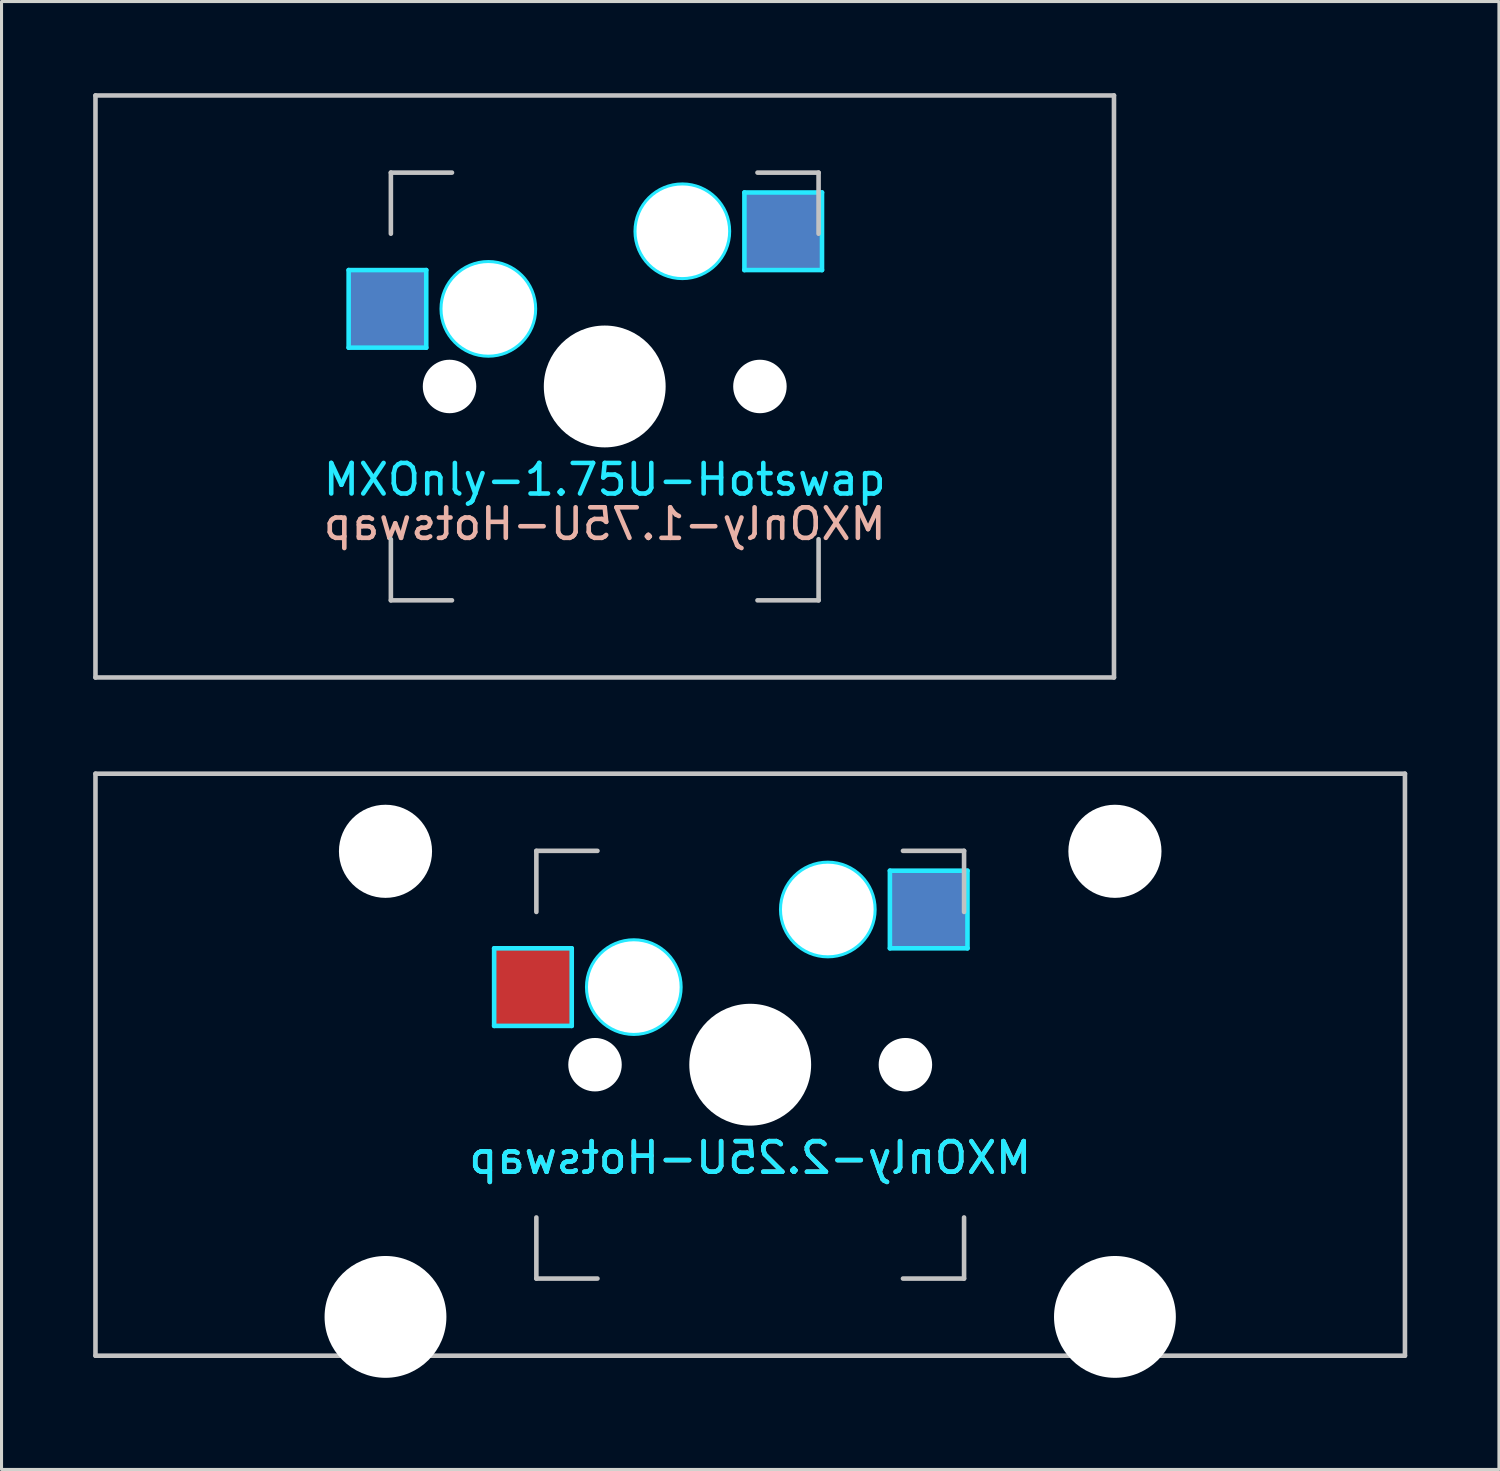
<source format=kicad_pcb>
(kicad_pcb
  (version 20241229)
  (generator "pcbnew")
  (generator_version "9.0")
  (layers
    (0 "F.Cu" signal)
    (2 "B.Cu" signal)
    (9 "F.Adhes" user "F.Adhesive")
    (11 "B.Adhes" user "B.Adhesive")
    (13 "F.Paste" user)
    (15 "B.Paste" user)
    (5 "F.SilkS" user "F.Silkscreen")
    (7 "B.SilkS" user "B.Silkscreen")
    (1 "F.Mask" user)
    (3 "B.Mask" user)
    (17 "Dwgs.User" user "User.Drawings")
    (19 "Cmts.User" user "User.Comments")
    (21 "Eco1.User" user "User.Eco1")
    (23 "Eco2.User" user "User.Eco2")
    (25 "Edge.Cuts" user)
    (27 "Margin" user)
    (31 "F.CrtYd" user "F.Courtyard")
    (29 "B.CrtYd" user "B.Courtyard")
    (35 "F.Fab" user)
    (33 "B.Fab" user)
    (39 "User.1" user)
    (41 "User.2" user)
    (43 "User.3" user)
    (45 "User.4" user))
  (footprint "MXOnly-1.75U-Hotswap"
    (layer "F.Cu")
    (at 16.744 9.6)
    (property "Reference" "MXOnly-1.75U-Hotswap" (at 0 3.048 0) (layer "B.CrtYd") (effects (font (size 1 1) (thickness 0.15))))
    (attr smd)
    (fp_line (start -16.669 -9.525) (end 16.669 -9.525) (stroke (width 0.15) (type solid)) (layer "Dwgs.User"))
    (fp_line (start -16.669 9.525) (end -16.669 -9.525) (stroke (width 0.15) (type solid)) (layer "Dwgs.User"))
    (fp_line (start -7 -7) (end -7 -5) (stroke (width 0.15) (type solid)) (layer "Dwgs.User"))
    (fp_line (start -7 5) (end -7 7) (stroke (width 0.15) (type solid)) (layer "Dwgs.User"))
    (fp_line (start -7 7) (end -5 7) (stroke (width 0.15) (type solid)) (layer "Dwgs.User"))
    (fp_line (start -5 -7) (end -7 -7) (stroke (width 0.15) (type solid)) (layer "Dwgs.User"))
    (fp_line (start 5 -7) (end 7 -7) (stroke (width 0.15) (type solid)) (layer "Dwgs.User"))
    (fp_line (start 5 7) (end 7 7) (stroke (width 0.15) (type solid)) (layer "Dwgs.User"))
    (fp_line (start 7 -7) (end 7 -5) (stroke (width 0.15) (type solid)) (layer "Dwgs.User"))
    (fp_line (start 7 7) (end 7 5) (stroke (width 0.15) (type solid)) (layer "Dwgs.User"))
    (fp_line (start 16.669 -9.525) (end 16.669 9.525) (stroke (width 0.15) (type solid)) (layer "Dwgs.User"))
    (fp_line (start 16.669 9.525) (end -16.669 9.525) (stroke (width 0.15) (type solid)) (layer "Dwgs.User"))
    (fp_line (start -8.382 -3.81) (end -5.842 -3.81) (stroke (width 0.15) (type solid)) (layer "B.CrtYd"))
    (fp_line (start -8.382 -1.27) (end -8.382 -3.81) (stroke (width 0.15) (type solid)) (layer "B.CrtYd"))
    (fp_line (start -5.842 -3.81) (end -5.842 -1.27) (stroke (width 0.15) (type solid)) (layer "B.CrtYd"))
    (fp_line (start -5.842 -1.27) (end -8.382 -1.27) (stroke (width 0.15) (type solid)) (layer "B.CrtYd"))
    (fp_line (start 4.572 -6.35) (end 7.112 -6.35) (stroke (width 0.15) (type solid)) (layer "B.CrtYd"))
    (fp_line (start 4.572 -3.81) (end 4.572 -6.35) (stroke (width 0.15) (type solid)) (layer "B.CrtYd"))
    (fp_line (start 7.112 -6.35) (end 7.112 -3.81) (stroke (width 0.15) (type solid)) (layer "B.CrtYd"))
    (fp_line (start 7.112 -3.81) (end 4.572 -3.81) (stroke (width 0.15) (type solid)) (layer "B.CrtYd"))
    (fp_circle (center -3.81 -2.54) (end -3.81 -4.064) (stroke (width 0.15) (type solid)) (fill no) (layer "B.CrtYd"))
    (fp_circle (center 2.54 -5.08) (end 2.54 -6.604) (stroke (width 0.15) (type solid)) (fill no) (layer "B.CrtYd"))
    (fp_text user "${REFERENCE}" (at 0 4.5 0) (layer "B.SilkS") (effects (font (size 1 1) (thickness 0.15)) (justify mirror)))
    (pad "" np_thru_hole circle (at -5.08 0 48.1) (size 1.75 1.75) (drill 1.75) (layers "*.Cu" "*.Mask"))
    (pad "" np_thru_hole circle (at -3.81 -2.54) (size 3 3) (drill 3) (layers "*.Cu" "*.Mask"))
    (pad "" np_thru_hole circle (at 0 0) (size 3.988 3.988) (drill 3.988) (layers "*.Cu" "*.Mask"))
    (pad "" np_thru_hole circle (at 2.54 -5.08) (size 3 3) (drill 3) (layers "*.Cu" "*.Mask"))
    (pad "" np_thru_hole circle (at 5.08 0 48.1) (size 1.75 1.75) (drill 1.75) (layers "*.Cu" "*.Mask"))
    (pad "1" smd rect (at -7.085 -2.54) (size 2.55 2.5) (layers "B.Cu" "B.Mask" "B.Paste"))
    (pad "2" smd rect (at 5.842 -5.08) (size 2.55 2.5) (layers "B.Cu" "B.Mask" "B.Paste")))
  (footprint "MXOnly-2.25U-Hotswap"
    (layer "F.Cu")
    (at 21.506 31.8)
    (property "Reference" "MXOnly-2.25U-Hotswap" (at 0 3.048 0) (layer "B.CrtYd") (effects (font (size 1 1) (thickness 0.15)) (justify mirror)))
    (attr smd)
    (fp_line (start -21.431 -9.525) (end 21.431 -9.525) (stroke (width 0.15) (type solid)) (layer "Dwgs.User"))
    (fp_line (start -21.431 9.525) (end -21.431 -9.525) (stroke (width 0.15) (type solid)) (layer "Dwgs.User"))
    (fp_line (start -7 -7) (end -7 -5) (stroke (width 0.15) (type solid)) (layer "Dwgs.User"))
    (fp_line (start -7 5) (end -7 7) (stroke (width 0.15) (type solid)) (layer "Dwgs.User"))
    (fp_line (start -7 7) (end -5 7) (stroke (width 0.15) (type solid)) (layer "Dwgs.User"))
    (fp_line (start -5 -7) (end -7 -7) (stroke (width 0.15) (type solid)) (layer "Dwgs.User"))
    (fp_line (start 5 -7) (end 7 -7) (stroke (width 0.15) (type solid)) (layer "Dwgs.User"))
    (fp_line (start 5 7) (end 7 7) (stroke (width 0.15) (type solid)) (layer "Dwgs.User"))
    (fp_line (start 7 -7) (end 7 -5) (stroke (width 0.15) (type solid)) (layer "Dwgs.User"))
    (fp_line (start 7 7) (end 7 5) (stroke (width 0.15) (type solid)) (layer "Dwgs.User"))
    (fp_line (start 21.431 -9.525) (end 21.431 9.525) (stroke (width 0.15) (type solid)) (layer "Dwgs.User"))
    (fp_line (start 21.431 9.525) (end -21.431 9.525) (stroke (width 0.15) (type solid)) (layer "Dwgs.User"))
    (fp_line (start -8.382 -3.81) (end -5.842 -3.81) (stroke (width 0.15) (type solid)) (layer "B.CrtYd"))
    (fp_line (start -8.382 -1.27) (end -8.382 -3.81) (stroke (width 0.15) (type solid)) (layer "B.CrtYd"))
    (fp_line (start -5.842 -3.81) (end -5.842 -1.27) (stroke (width 0.15) (type solid)) (layer "B.CrtYd"))
    (fp_line (start -5.842 -1.27) (end -8.382 -1.27) (stroke (width 0.15) (type solid)) (layer "B.CrtYd"))
    (fp_line (start 4.572 -6.35) (end 7.112 -6.35) (stroke (width 0.15) (type solid)) (layer "B.CrtYd"))
    (fp_line (start 4.572 -3.81) (end 4.572 -6.35) (stroke (width 0.15) (type solid)) (layer "B.CrtYd"))
    (fp_line (start 7.112 -6.35) (end 7.112 -3.81) (stroke (width 0.15) (type solid)) (layer "B.CrtYd"))
    (fp_line (start 7.112 -3.81) (end 4.572 -3.81) (stroke (width 0.15) (type solid)) (layer "B.CrtYd"))
    (fp_circle (center -3.81 -2.54) (end -3.81 -4.064) (stroke (width 0.15) (type solid)) (fill no) (layer "B.CrtYd"))
    (fp_circle (center 2.54 -5.08) (end 2.54 -6.604) (stroke (width 0.15) (type solid)) (fill no) (layer "B.CrtYd"))
    (fp_text user "${REFERENCE}" (at 0 3.048 0) (layer "B.SilkS") (effects (font (size 1 1) (thickness 0.15)) (justify mirror)))
    (pad "" np_thru_hole circle (at -11.938 -6.985) (size 3.048 3.048) (drill 3.048) (layers "*.Cu" "*.Mask"))
    (pad "" np_thru_hole circle (at -11.938 8.255) (size 3.988 3.988) (drill 3.988) (layers "*.Cu" "*.Mask"))
    (pad "" np_thru_hole circle (at -5.08 0 48.1) (size 1.75 1.75) (drill 1.75) (layers "*.Cu" "*.Mask"))
    (pad "" np_thru_hole circle (at -3.81 -2.54) (size 3 3) (drill 3) (layers "*.Cu" "*.Mask"))
    (pad "" np_thru_hole circle (at 0 0) (size 3.988 3.988) (drill 3.988) (layers "*.Cu" "*.Mask"))
    (pad "" np_thru_hole circle (at 2.54 -5.08) (size 3 3) (drill 3) (layers "*.Cu" "*.Mask"))
    (pad "" np_thru_hole circle (at 5.08 0 48.1) (size 1.75 1.75) (drill 1.75) (layers "*.Cu" "*.Mask"))
    (pad "" np_thru_hole circle (at 11.938 -6.985) (size 3.048 3.048) (drill 3.048) (layers "*.Cu" "*.Mask"))
    (pad "" np_thru_hole circle (at 11.938 8.255) (size 3.988 3.988) (drill 3.988) (layers "*.Cu" "*.Mask"))
    (pad "1" smd rect (at -7.085 -2.54) (size 2.55 2.5) (layers "F.Cu" "F.Mask" "F.Paste"))
    (pad "2" smd rect (at 5.842 -5.08) (size 2.55 2.5) (layers "B.Cu" "B.Mask" "B.Paste")))
  (gr_rect
    (start -3 -3)
    (end 46.013 45.049)
    (stroke (width 0.1) (type default))
    (fill no)
    (layer "Edge.Cuts")))
</source>
